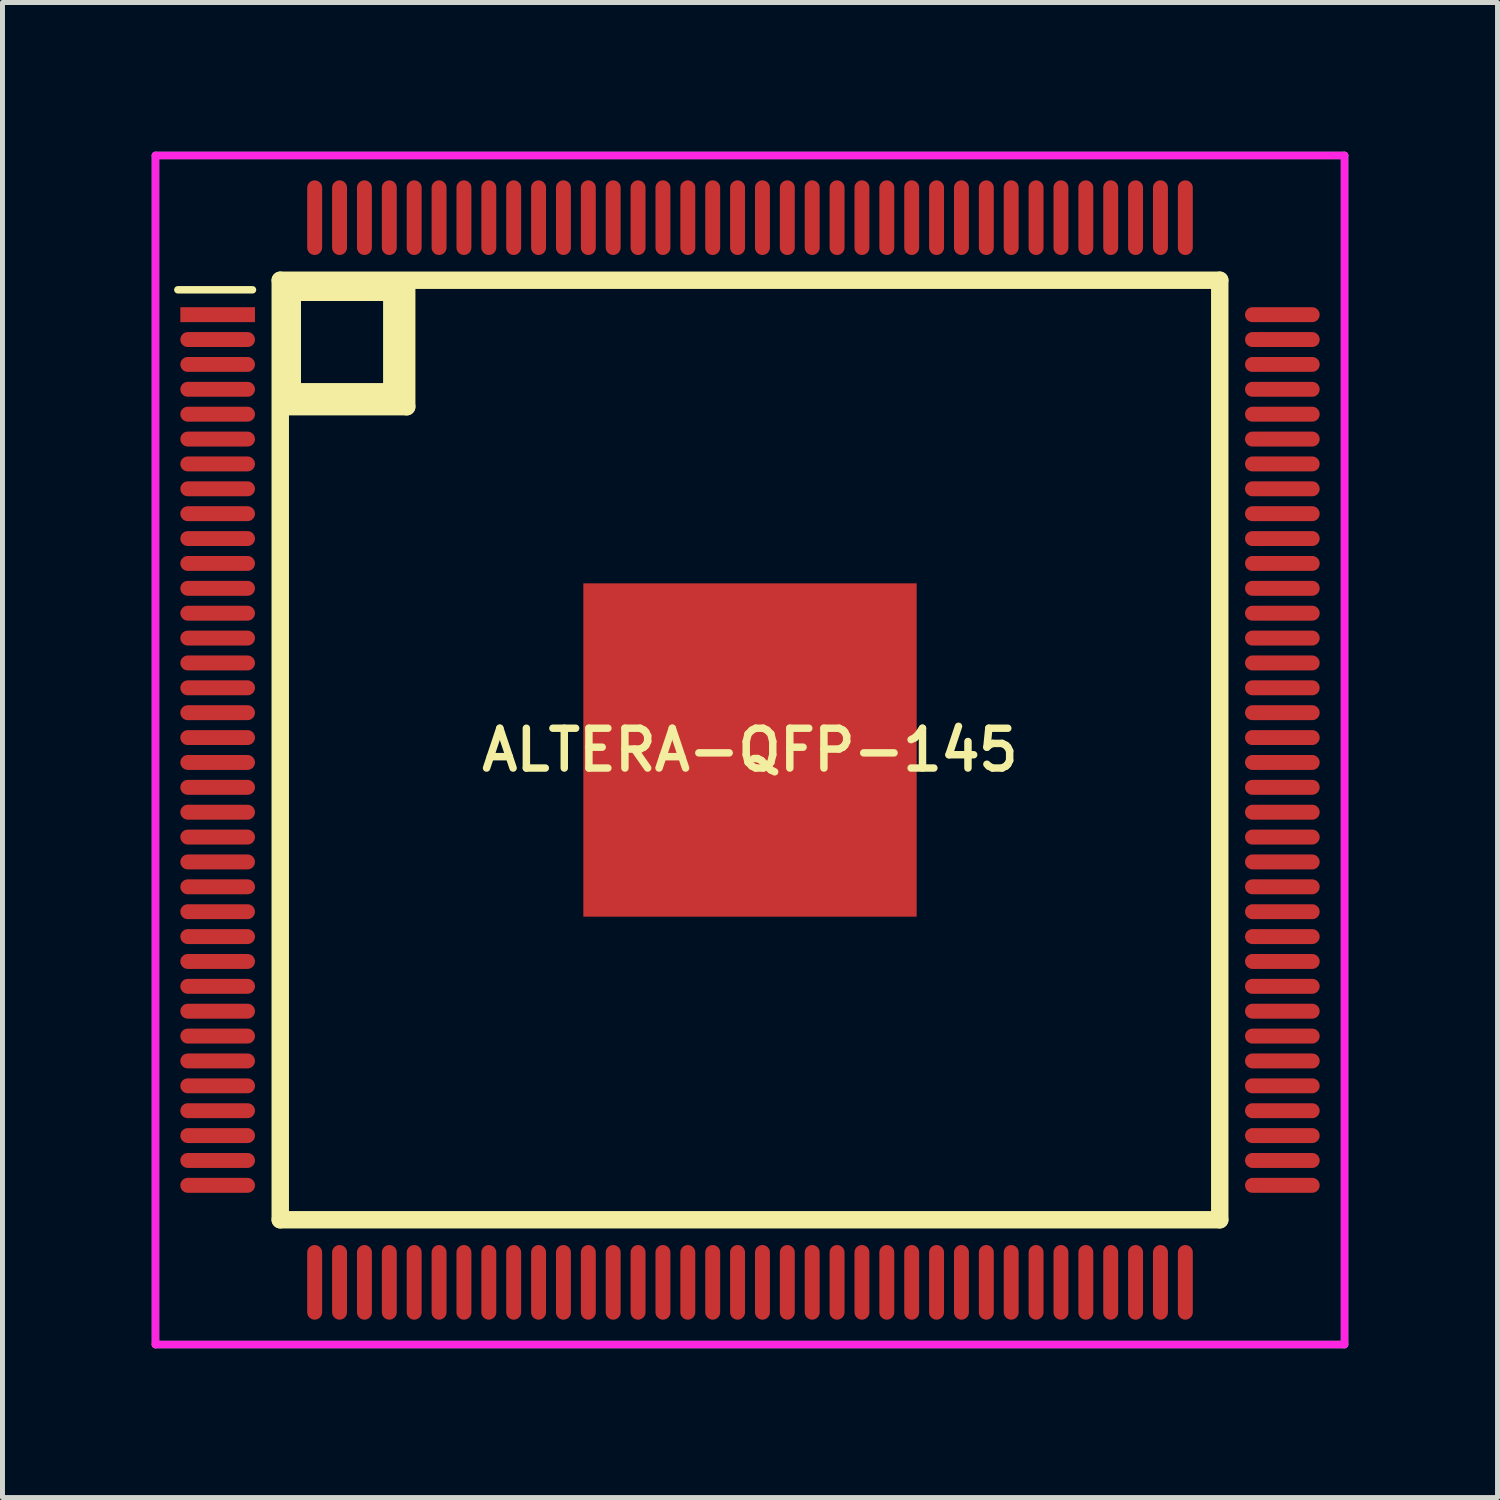
<source format=kicad_pcb>
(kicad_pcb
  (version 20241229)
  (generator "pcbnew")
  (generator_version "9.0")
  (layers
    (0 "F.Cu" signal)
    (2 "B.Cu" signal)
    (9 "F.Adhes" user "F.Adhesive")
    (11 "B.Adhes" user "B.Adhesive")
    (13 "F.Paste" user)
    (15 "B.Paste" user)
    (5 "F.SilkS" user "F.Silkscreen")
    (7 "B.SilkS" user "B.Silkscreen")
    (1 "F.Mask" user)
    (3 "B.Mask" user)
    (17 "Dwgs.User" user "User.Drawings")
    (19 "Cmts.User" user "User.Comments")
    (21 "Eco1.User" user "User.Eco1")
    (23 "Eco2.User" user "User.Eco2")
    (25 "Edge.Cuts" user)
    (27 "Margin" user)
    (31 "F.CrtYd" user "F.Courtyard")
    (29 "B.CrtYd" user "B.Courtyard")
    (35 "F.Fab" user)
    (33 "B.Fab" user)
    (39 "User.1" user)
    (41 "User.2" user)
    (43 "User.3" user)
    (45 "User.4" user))
  (footprint "ALTERA-QFP-145"
    (layer "F.Cu")
    (at 12.025 12.025)
    (property "Reference" "ALTERA-QFP-145" (at 0 0 0) (layer "F.SilkS") (effects (font (size 0.8 0.8) (thickness 0.15))))
    (attr smd)
    (fp_line (start -11.5 -9.25) (end -10 -9.25) (stroke (width 0.15) (type solid)) (layer "F.SilkS"))
    (fp_line (start -9.442 -9.442) (end -9.442 9.442) (stroke (width 0.35) (type solid)) (layer "F.SilkS"))
    (fp_line (start -9.442 9.442) (end 9.442 9.442) (stroke (width 0.35) (type solid)) (layer "F.SilkS"))
    (fp_line (start -9.4 -9.2) (end -7.2 -9.2) (stroke (width 0.35) (type solid)) (layer "F.SilkS"))
    (fp_line (start -9.2 -7.2) (end -9.2 -9.2) (stroke (width 0.35) (type solid)) (layer "F.SilkS"))
    (fp_line (start -7.2 -9.2) (end -7.2 -7.2) (stroke (width 0.35) (type solid)) (layer "F.SilkS"))
    (fp_line (start -7.2 -7.2) (end -9.2 -7.2) (stroke (width 0.35) (type solid)) (layer "F.SilkS"))
    (fp_line (start -6.9 -9.4) (end -6.9 -6.9) (stroke (width 0.35) (type solid)) (layer "F.SilkS"))
    (fp_line (start -6.9 -6.9) (end -9.4 -6.9) (stroke (width 0.35) (type solid)) (layer "F.SilkS"))
    (fp_line (start 9.442 -9.442) (end -9.442 -9.442) (stroke (width 0.35) (type solid)) (layer "F.SilkS"))
    (fp_line (start 9.442 9.442) (end 9.442 -9.442) (stroke (width 0.35) (type solid)) (layer "F.SilkS"))
    (fp_line (start -11.95 -11.95) (end 11.95 -11.95) (stroke (width 0.15) (type solid)) (layer "F.CrtYd"))
    (fp_line (start -11.95 11.95) (end -11.95 -11.95) (stroke (width 0.15) (type solid)) (layer "F.CrtYd"))
    (fp_line (start 11.95 -11.95) (end 11.95 11.95) (stroke (width 0.15) (type solid)) (layer "F.CrtYd"))
    (fp_line (start 11.95 11.95) (end -11.95 11.95) (stroke (width 0.15) (type solid)) (layer "F.CrtYd"))
    (fp_line (start -11.95 -11.95) (end 11.95 -11.95) (stroke (width 0.15) (type solid)) (layer "F.Fab"))
    (fp_line (start -11.95 11.95) (end -11.95 -11.95) (stroke (width 0.15) (type solid)) (layer "F.Fab"))
    (fp_line (start 11.95 -11.95) (end 11.95 11.95) (stroke (width 0.15) (type solid)) (layer "F.Fab"))
    (fp_line (start 11.95 11.95) (end -11.95 11.95) (stroke (width 0.15) (type solid)) (layer "F.Fab"))
    (pad "1" smd rect (at -10.7 -8.75) (size 1.5 0.3) (layers "F.Cu" "F.Mask" "F.Paste"))
    (pad "2" smd oval (at -10.7 -8.25) (size 1.5 0.3) (layers "F.Cu" "F.Mask" "F.Paste"))
    (pad "3" smd oval (at -10.7 -7.75) (size 1.5 0.3) (layers "F.Cu" "F.Mask" "F.Paste"))
    (pad "4" smd oval (at -10.7 -7.25) (size 1.5 0.3) (layers "F.Cu" "F.Mask" "F.Paste"))
    (pad "5" smd oval (at -10.7 -6.75) (size 1.5 0.3) (layers "F.Cu" "F.Mask" "F.Paste"))
    (pad "6" smd oval (at -10.7 -6.25) (size 1.5 0.3) (layers "F.Cu" "F.Mask" "F.Paste"))
    (pad "7" smd oval (at -10.7 -5.75) (size 1.5 0.3) (layers "F.Cu" "F.Mask" "F.Paste"))
    (pad "8" smd oval (at -10.7 -5.25) (size 1.5 0.3) (layers "F.Cu" "F.Mask" "F.Paste"))
    (pad "9" smd oval (at -10.7 -4.75) (size 1.5 0.3) (layers "F.Cu" "F.Mask" "F.Paste"))
    (pad "10" smd oval (at -10.7 -4.25) (size 1.5 0.3) (layers "F.Cu" "F.Mask" "F.Paste"))
    (pad "11" smd oval (at -10.7 -3.75) (size 1.5 0.3) (layers "F.Cu" "F.Mask" "F.Paste"))
    (pad "12" smd oval (at -10.7 -3.25) (size 1.5 0.3) (layers "F.Cu" "F.Mask" "F.Paste"))
    (pad "13" smd oval (at -10.7 -2.75) (size 1.5 0.3) (layers "F.Cu" "F.Mask" "F.Paste"))
    (pad "14" smd oval (at -10.7 -2.25) (size 1.5 0.3) (layers "F.Cu" "F.Mask" "F.Paste"))
    (pad "15" smd oval (at -10.7 -1.75) (size 1.5 0.3) (layers "F.Cu" "F.Mask" "F.Paste"))
    (pad "16" smd oval (at -10.7 -1.25) (size 1.5 0.3) (layers "F.Cu" "F.Mask" "F.Paste"))
    (pad "17" smd oval (at -10.7 -0.75) (size 1.5 0.3) (layers "F.Cu" "F.Mask" "F.Paste"))
    (pad "18" smd oval (at -10.7 -0.25) (size 1.5 0.3) (layers "F.Cu" "F.Mask" "F.Paste"))
    (pad "19" smd oval (at -10.7 0.25) (size 1.5 0.3) (layers "F.Cu" "F.Mask" "F.Paste"))
    (pad "20" smd oval (at -10.7 0.75) (size 1.5 0.3) (layers "F.Cu" "F.Mask" "F.Paste"))
    (pad "21" smd oval (at -10.7 1.25) (size 1.5 0.3) (layers "F.Cu" "F.Mask" "F.Paste"))
    (pad "22" smd oval (at -10.7 1.75) (size 1.5 0.3) (layers "F.Cu" "F.Mask" "F.Paste"))
    (pad "23" smd oval (at -10.7 2.25) (size 1.5 0.3) (layers "F.Cu" "F.Mask" "F.Paste"))
    (pad "24" smd oval (at -10.7 2.75) (size 1.5 0.3) (layers "F.Cu" "F.Mask" "F.Paste"))
    (pad "25" smd oval (at -10.7 3.25) (size 1.5 0.3) (layers "F.Cu" "F.Mask" "F.Paste"))
    (pad "26" smd oval (at -10.7 3.75) (size 1.5 0.3) (layers "F.Cu" "F.Mask" "F.Paste"))
    (pad "27" smd oval (at -10.7 4.25) (size 1.5 0.3) (layers "F.Cu" "F.Mask" "F.Paste"))
    (pad "28" smd oval (at -10.7 4.75) (size 1.5 0.3) (layers "F.Cu" "F.Mask" "F.Paste"))
    (pad "29" smd oval (at -10.7 5.25) (size 1.5 0.3) (layers "F.Cu" "F.Mask" "F.Paste"))
    (pad "30" smd oval (at -10.7 5.75) (size 1.5 0.3) (layers "F.Cu" "F.Mask" "F.Paste"))
    (pad "31" smd oval (at -10.7 6.25) (size 1.5 0.3) (layers "F.Cu" "F.Mask" "F.Paste"))
    (pad "32" smd oval (at -10.7 6.75) (size 1.5 0.3) (layers "F.Cu" "F.Mask" "F.Paste"))
    (pad "33" smd oval (at -10.7 7.25) (size 1.5 0.3) (layers "F.Cu" "F.Mask" "F.Paste"))
    (pad "34" smd oval (at -10.7 7.75) (size 1.5 0.3) (layers "F.Cu" "F.Mask" "F.Paste"))
    (pad "35" smd oval (at -10.7 8.25) (size 1.5 0.3) (layers "F.Cu" "F.Mask" "F.Paste"))
    (pad "36" smd oval (at -10.7 8.75) (size 1.5 0.3) (layers "F.Cu" "F.Mask" "F.Paste"))
    (pad "37" smd oval (at -8.75 10.7) (size 0.3 1.5) (layers "F.Cu" "F.Mask" "F.Paste"))
    (pad "38" smd oval (at -8.25 10.7) (size 0.3 1.5) (layers "F.Cu" "F.Mask" "F.Paste"))
    (pad "39" smd oval (at -7.75 10.7) (size 0.3 1.5) (layers "F.Cu" "F.Mask" "F.Paste"))
    (pad "40" smd oval (at -7.25 10.7) (size 0.3 1.5) (layers "F.Cu" "F.Mask" "F.Paste"))
    (pad "41" smd oval (at -6.75 10.7) (size 0.3 1.5) (layers "F.Cu" "F.Mask" "F.Paste"))
    (pad "42" smd oval (at -6.25 10.7) (size 0.3 1.5) (layers "F.Cu" "F.Mask" "F.Paste"))
    (pad "43" smd oval (at -5.75 10.7) (size 0.3 1.5) (layers "F.Cu" "F.Mask" "F.Paste"))
    (pad "44" smd oval (at -5.25 10.7) (size 0.3 1.5) (layers "F.Cu" "F.Mask" "F.Paste"))
    (pad "45" smd oval (at -4.75 10.7) (size 0.3 1.5) (layers "F.Cu" "F.Mask" "F.Paste"))
    (pad "46" smd oval (at -4.25 10.7) (size 0.3 1.5) (layers "F.Cu" "F.Mask" "F.Paste"))
    (pad "47" smd oval (at -3.75 10.7) (size 0.3 1.5) (layers "F.Cu" "F.Mask" "F.Paste"))
    (pad "48" smd oval (at -3.25 10.7) (size 0.3 1.5) (layers "F.Cu" "F.Mask" "F.Paste"))
    (pad "49" smd oval (at -2.75 10.7) (size 0.3 1.5) (layers "F.Cu" "F.Mask" "F.Paste"))
    (pad "50" smd oval (at -2.25 10.7) (size 0.3 1.5) (layers "F.Cu" "F.Mask" "F.Paste"))
    (pad "51" smd oval (at -1.75 10.7) (size 0.3 1.5) (layers "F.Cu" "F.Mask" "F.Paste"))
    (pad "52" smd oval (at -1.25 10.7) (size 0.3 1.5) (layers "F.Cu" "F.Mask" "F.Paste"))
    (pad "53" smd oval (at -0.75 10.7) (size 0.3 1.5) (layers "F.Cu" "F.Mask" "F.Paste"))
    (pad "54" smd oval (at -0.25 10.7) (size 0.3 1.5) (layers "F.Cu" "F.Mask" "F.Paste"))
    (pad "55" smd oval (at 0.25 10.7) (size 0.3 1.5) (layers "F.Cu" "F.Mask" "F.Paste"))
    (pad "56" smd oval (at 0.75 10.7) (size 0.3 1.5) (layers "F.Cu" "F.Mask" "F.Paste"))
    (pad "57" smd oval (at 1.25 10.7) (size 0.3 1.5) (layers "F.Cu" "F.Mask" "F.Paste"))
    (pad "58" smd oval (at 1.75 10.7) (size 0.3 1.5) (layers "F.Cu" "F.Mask" "F.Paste"))
    (pad "59" smd oval (at 2.25 10.7) (size 0.3 1.5) (layers "F.Cu" "F.Mask" "F.Paste"))
    (pad "60" smd oval (at 2.75 10.7) (size 0.3 1.5) (layers "F.Cu" "F.Mask" "F.Paste"))
    (pad "61" smd oval (at 3.25 10.7) (size 0.3 1.5) (layers "F.Cu" "F.Mask" "F.Paste"))
    (pad "62" smd oval (at 3.75 10.7) (size 0.3 1.5) (layers "F.Cu" "F.Mask" "F.Paste"))
    (pad "63" smd oval (at 4.25 10.7) (size 0.3 1.5) (layers "F.Cu" "F.Mask" "F.Paste"))
    (pad "64" smd oval (at 4.75 10.7) (size 0.3 1.5) (layers "F.Cu" "F.Mask" "F.Paste"))
    (pad "65" smd oval (at 5.25 10.7) (size 0.3 1.5) (layers "F.Cu" "F.Mask" "F.Paste"))
    (pad "66" smd oval (at 5.75 10.7) (size 0.3 1.5) (layers "F.Cu" "F.Mask" "F.Paste"))
    (pad "67" smd oval (at 6.25 10.7) (size 0.3 1.5) (layers "F.Cu" "F.Mask" "F.Paste"))
    (pad "68" smd oval (at 6.75 10.7) (size 0.3 1.5) (layers "F.Cu" "F.Mask" "F.Paste"))
    (pad "69" smd oval (at 7.25 10.7) (size 0.3 1.5) (layers "F.Cu" "F.Mask" "F.Paste"))
    (pad "70" smd oval (at 7.75 10.7) (size 0.3 1.5) (layers "F.Cu" "F.Mask" "F.Paste"))
    (pad "71" smd oval (at 8.25 10.7) (size 0.3 1.5) (layers "F.Cu" "F.Mask" "F.Paste"))
    (pad "72" smd oval (at 8.75 10.7) (size 0.3 1.5) (layers "F.Cu" "F.Mask" "F.Paste"))
    (pad "73" smd oval (at 10.7 8.75) (size 1.5 0.3) (layers "F.Cu" "F.Mask" "F.Paste"))
    (pad "74" smd oval (at 10.7 8.25) (size 1.5 0.3) (layers "F.Cu" "F.Mask" "F.Paste"))
    (pad "75" smd oval (at 10.7 7.75) (size 1.5 0.3) (layers "F.Cu" "F.Mask" "F.Paste"))
    (pad "76" smd oval (at 10.7 7.25) (size 1.5 0.3) (layers "F.Cu" "F.Mask" "F.Paste"))
    (pad "77" smd oval (at 10.7 6.75) (size 1.5 0.3) (layers "F.Cu" "F.Mask" "F.Paste"))
    (pad "78" smd oval (at 10.7 6.25) (size 1.5 0.3) (layers "F.Cu" "F.Mask" "F.Paste"))
    (pad "79" smd oval (at 10.7 5.75) (size 1.5 0.3) (layers "F.Cu" "F.Mask" "F.Paste"))
    (pad "80" smd oval (at 10.7 5.25) (size 1.5 0.3) (layers "F.Cu" "F.Mask" "F.Paste"))
    (pad "81" smd oval (at 10.7 4.75) (size 1.5 0.3) (layers "F.Cu" "F.Mask" "F.Paste"))
    (pad "82" smd oval (at 10.7 4.25) (size 1.5 0.3) (layers "F.Cu" "F.Mask" "F.Paste"))
    (pad "83" smd oval (at 10.7 3.75) (size 1.5 0.3) (layers "F.Cu" "F.Mask" "F.Paste"))
    (pad "84" smd oval (at 10.7 3.25) (size 1.5 0.3) (layers "F.Cu" "F.Mask" "F.Paste"))
    (pad "85" smd oval (at 10.7 2.75) (size 1.5 0.3) (layers "F.Cu" "F.Mask" "F.Paste"))
    (pad "86" smd oval (at 10.7 2.25) (size 1.5 0.3) (layers "F.Cu" "F.Mask" "F.Paste"))
    (pad "87" smd oval (at 10.7 1.75) (size 1.5 0.3) (layers "F.Cu" "F.Mask" "F.Paste"))
    (pad "88" smd oval (at 10.7 1.25) (size 1.5 0.3) (layers "F.Cu" "F.Mask" "F.Paste"))
    (pad "89" smd oval (at 10.7 0.75) (size 1.5 0.3) (layers "F.Cu" "F.Mask" "F.Paste"))
    (pad "90" smd oval (at 10.7 0.25) (size 1.5 0.3) (layers "F.Cu" "F.Mask" "F.Paste"))
    (pad "91" smd oval (at 10.7 -0.25) (size 1.5 0.3) (layers "F.Cu" "F.Mask" "F.Paste"))
    (pad "92" smd oval (at 10.7 -0.75) (size 1.5 0.3) (layers "F.Cu" "F.Mask" "F.Paste"))
    (pad "93" smd oval (at 10.7 -1.25) (size 1.5 0.3) (layers "F.Cu" "F.Mask" "F.Paste"))
    (pad "94" smd oval (at 10.7 -1.75) (size 1.5 0.3) (layers "F.Cu" "F.Mask" "F.Paste"))
    (pad "95" smd oval (at 10.7 -2.25) (size 1.5 0.3) (layers "F.Cu" "F.Mask" "F.Paste"))
    (pad "96" smd oval (at 10.7 -2.75) (size 1.5 0.3) (layers "F.Cu" "F.Mask" "F.Paste"))
    (pad "97" smd oval (at 10.7 -3.25) (size 1.5 0.3) (layers "F.Cu" "F.Mask" "F.Paste"))
    (pad "98" smd oval (at 10.7 -3.75) (size 1.5 0.3) (layers "F.Cu" "F.Mask" "F.Paste"))
    (pad "99" smd oval (at 10.7 -4.25) (size 1.5 0.3) (layers "F.Cu" "F.Mask" "F.Paste"))
    (pad "100" smd oval (at 10.7 -4.75) (size 1.5 0.3) (layers "F.Cu" "F.Mask" "F.Paste"))
    (pad "101" smd oval (at 10.7 -5.25) (size 1.5 0.3) (layers "F.Cu" "F.Mask" "F.Paste"))
    (pad "102" smd oval (at 10.7 -5.75) (size 1.5 0.3) (layers "F.Cu" "F.Mask" "F.Paste"))
    (pad "103" smd oval (at 10.7 -6.25) (size 1.5 0.3) (layers "F.Cu" "F.Mask" "F.Paste"))
    (pad "104" smd oval (at 10.7 -6.75) (size 1.5 0.3) (layers "F.Cu" "F.Mask" "F.Paste"))
    (pad "105" smd oval (at 10.7 -7.25) (size 1.5 0.3) (layers "F.Cu" "F.Mask" "F.Paste"))
    (pad "106" smd oval (at 10.7 -7.75) (size 1.5 0.3) (layers "F.Cu" "F.Mask" "F.Paste"))
    (pad "107" smd oval (at 10.7 -8.25) (size 1.5 0.3) (layers "F.Cu" "F.Mask" "F.Paste"))
    (pad "108" smd oval (at 10.7 -8.75) (size 1.5 0.3) (layers "F.Cu" "F.Mask" "F.Paste"))
    (pad "109" smd oval (at 8.75 -10.7) (size 0.3 1.5) (layers "F.Cu" "F.Mask" "F.Paste"))
    (pad "110" smd oval (at 8.25 -10.7) (size 0.3 1.5) (layers "F.Cu" "F.Mask" "F.Paste"))
    (pad "111" smd oval (at 7.75 -10.7) (size 0.3 1.5) (layers "F.Cu" "F.Mask" "F.Paste"))
    (pad "112" smd oval (at 7.25 -10.7) (size 0.3 1.5) (layers "F.Cu" "F.Mask" "F.Paste"))
    (pad "113" smd oval (at 6.75 -10.7) (size 0.3 1.5) (layers "F.Cu" "F.Mask" "F.Paste"))
    (pad "114" smd oval (at 6.25 -10.7) (size 0.3 1.5) (layers "F.Cu" "F.Mask" "F.Paste"))
    (pad "115" smd oval (at 5.75 -10.7) (size 0.3 1.5) (layers "F.Cu" "F.Mask" "F.Paste"))
    (pad "116" smd oval (at 5.25 -10.7) (size 0.3 1.5) (layers "F.Cu" "F.Mask" "F.Paste"))
    (pad "117" smd oval (at 4.75 -10.7) (size 0.3 1.5) (layers "F.Cu" "F.Mask" "F.Paste"))
    (pad "118" smd oval (at 4.25 -10.7) (size 0.3 1.5) (layers "F.Cu" "F.Mask" "F.Paste"))
    (pad "119" smd oval (at 3.75 -10.7) (size 0.3 1.5) (layers "F.Cu" "F.Mask" "F.Paste"))
    (pad "120" smd oval (at 3.25 -10.7) (size 0.3 1.5) (layers "F.Cu" "F.Mask" "F.Paste"))
    (pad "121" smd oval (at 2.75 -10.7) (size 0.3 1.5) (layers "F.Cu" "F.Mask" "F.Paste"))
    (pad "122" smd oval (at 2.25 -10.7) (size 0.3 1.5) (layers "F.Cu" "F.Mask" "F.Paste"))
    (pad "123" smd oval (at 1.75 -10.7) (size 0.3 1.5) (layers "F.Cu" "F.Mask" "F.Paste"))
    (pad "124" smd oval (at 1.25 -10.7) (size 0.3 1.5) (layers "F.Cu" "F.Mask" "F.Paste"))
    (pad "125" smd oval (at 0.75 -10.7) (size 0.3 1.5) (layers "F.Cu" "F.Mask" "F.Paste"))
    (pad "126" smd oval (at 0.25 -10.7) (size 0.3 1.5) (layers "F.Cu" "F.Mask" "F.Paste"))
    (pad "127" smd oval (at -0.25 -10.7) (size 0.3 1.5) (layers "F.Cu" "F.Mask" "F.Paste"))
    (pad "128" smd oval (at -0.75 -10.7) (size 0.3 1.5) (layers "F.Cu" "F.Mask" "F.Paste"))
    (pad "129" smd oval (at -1.25 -10.7) (size 0.3 1.5) (layers "F.Cu" "F.Mask" "F.Paste"))
    (pad "130" smd oval (at -1.75 -10.7) (size 0.3 1.5) (layers "F.Cu" "F.Mask" "F.Paste"))
    (pad "131" smd oval (at -2.25 -10.7) (size 0.3 1.5) (layers "F.Cu" "F.Mask" "F.Paste"))
    (pad "132" smd oval (at -2.75 -10.7) (size 0.3 1.5) (layers "F.Cu" "F.Mask" "F.Paste"))
    (pad "133" smd oval (at -3.25 -10.7) (size 0.3 1.5) (layers "F.Cu" "F.Mask" "F.Paste"))
    (pad "134" smd oval (at -3.75 -10.7) (size 0.3 1.5) (layers "F.Cu" "F.Mask" "F.Paste"))
    (pad "135" smd oval (at -4.25 -10.7) (size 0.3 1.5) (layers "F.Cu" "F.Mask" "F.Paste"))
    (pad "136" smd oval (at -4.75 -10.7) (size 0.3 1.5) (layers "F.Cu" "F.Mask" "F.Paste"))
    (pad "137" smd oval (at -5.25 -10.7) (size 0.3 1.5) (layers "F.Cu" "F.Mask" "F.Paste"))
    (pad "138" smd oval (at -5.75 -10.7) (size 0.3 1.5) (layers "F.Cu" "F.Mask" "F.Paste"))
    (pad "139" smd oval (at -6.25 -10.7) (size 0.3 1.5) (layers "F.Cu" "F.Mask" "F.Paste"))
    (pad "140" smd oval (at -6.75 -10.7) (size 0.3 1.5) (layers "F.Cu" "F.Mask" "F.Paste"))
    (pad "141" smd oval (at -7.25 -10.7) (size 0.3 1.5) (layers "F.Cu" "F.Mask" "F.Paste"))
    (pad "142" smd oval (at -7.75 -10.7) (size 0.3 1.5) (layers "F.Cu" "F.Mask" "F.Paste"))
    (pad "143" smd oval (at -8.25 -10.7) (size 0.3 1.5) (layers "F.Cu" "F.Mask" "F.Paste"))
    (pad "144" smd oval (at -8.75 -10.7) (size 0.3 1.5) (layers "F.Cu" "F.Mask" "F.Paste"))
    (pad "145" smd rect (at 0 0) (size 6.7 6.7) (layers "F.Cu" "F.Mask" "F.Paste")))
  (gr_rect
    (start -3 -3)
    (end 27.05 27.05)
    (stroke (width 0.1) (type default))
    (fill no)
    (layer "Edge.Cuts")))
</source>
